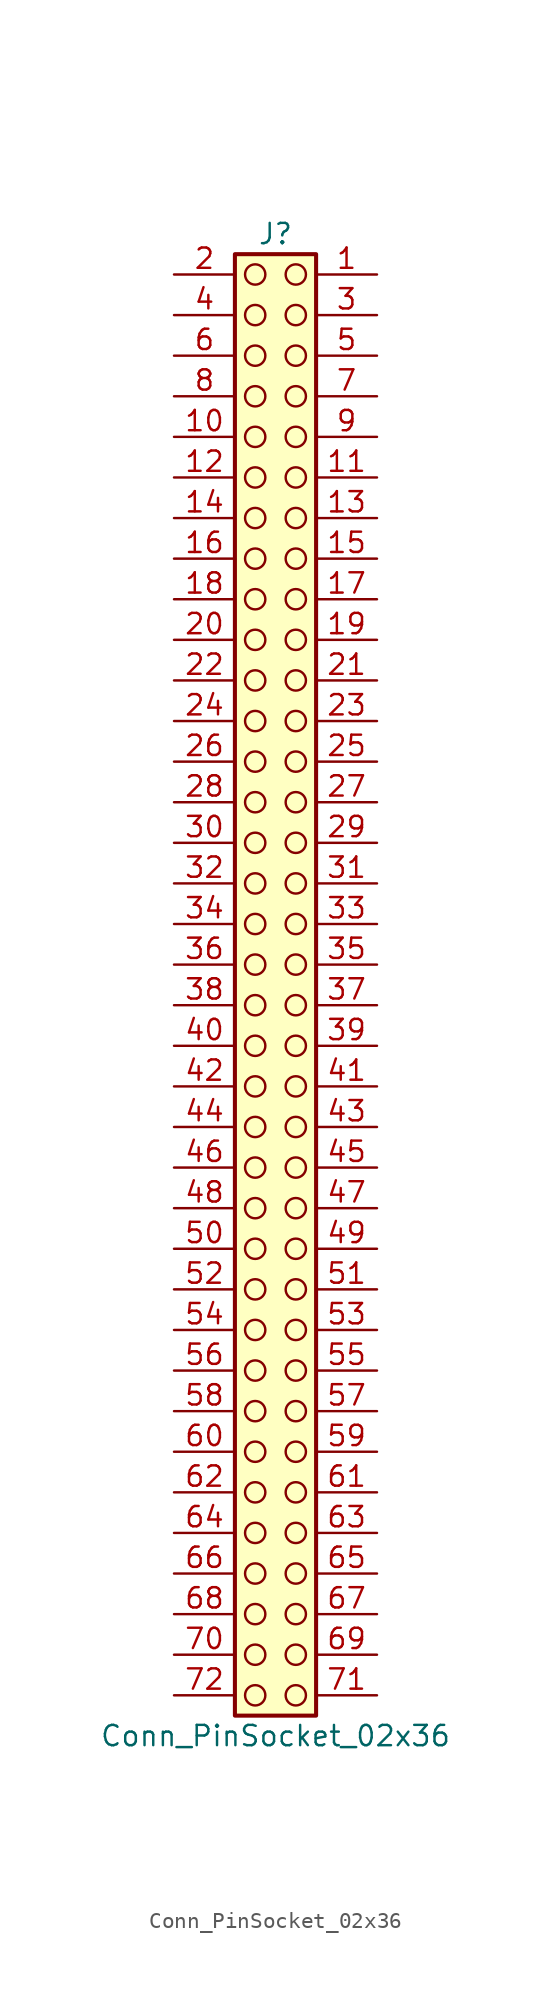
<source format=kicad_sym>
(kicad_symbol_lib
  (version 20241209)
  (generator "kicad_symbol_editor")
  (generator_version "9.0")
  (symbol "Conn_PinSocket_02x36"
    (pin_names
      (offset 1.016)
      (hide yes))
    (property "Reference" "J"
      (at 1.27 45.72 0)
      (effects (font (size 1.27 1.27))))
    (property "Value" "Conn_PinSocket_02x36"
      (at 1.27 -48.26 0)
      (effects (font (size 1.27 1.27))))
    (symbol "Conn_PinSocket_02x36_1_1"
      (rectangle (start -1.27 44.45) (end 3.81 -46.99) (stroke (width 0.254) (type default)) (fill (type background)))
      (circle (center 0 43.18) (radius 0.635) (stroke (width 0) (type solid) (color 132 0 0 1)) (fill (type none)))
      (circle (center 0 40.64) (radius 0.635) (stroke (width 0) (type solid) (color 132 0 0 1)) (fill (type none)))
      (circle (center 0 38.1) (radius 0.635) (stroke (width 0) (type solid) (color 132 0 0 1)) (fill (type none)))
      (circle (center 0 35.56) (radius 0.635) (stroke (width 0) (type solid) (color 132 0 0 1)) (fill (type none)))
      (circle (center 0 33.02) (radius 0.635) (stroke (width 0) (type solid) (color 132 0 0 1)) (fill (type none)))
      (circle (center 0 30.48) (radius 0.635) (stroke (width 0) (type solid) (color 132 0 0 1)) (fill (type none)))
      (circle (center 0 27.94) (radius 0.635) (stroke (width 0) (type solid) (color 132 0 0 1)) (fill (type none)))
      (circle (center 0 25.4) (radius 0.635) (stroke (width 0) (type solid) (color 132 0 0 1)) (fill (type none)))
      (circle (center 0 22.86) (radius 0.635) (stroke (width 0) (type solid) (color 132 0 0 1)) (fill (type none)))
      (circle (center 0 20.32) (radius 0.635) (stroke (width 0) (type solid) (color 132 0 0 1)) (fill (type none)))
      (circle (center 0 17.78) (radius 0.635) (stroke (width 0) (type solid) (color 132 0 0 1)) (fill (type none)))
      (circle (center 0 15.24) (radius 0.635) (stroke (width 0) (type solid) (color 132 0 0 1)) (fill (type none)))
      (circle (center 0 12.7) (radius 0.635) (stroke (width 0) (type solid) (color 132 0 0 1)) (fill (type none)))
      (circle (center 0 10.16) (radius 0.635) (stroke (width 0) (type solid) (color 132 0 0 1)) (fill (type none)))
      (circle (center 0 7.62) (radius 0.635) (stroke (width 0) (type solid) (color 132 0 0 1)) (fill (type none)))
      (circle (center 0 5.08) (radius 0.635) (stroke (width 0) (type solid) (color 132 0 0 1)) (fill (type none)))
      (circle (center 0 2.54) (radius 0.635) (stroke (width 0) (type solid) (color 132 0 0 1)) (fill (type none)))
      (circle (center 0 0) (radius 0.635) (stroke (width 0) (type solid) (color 132 0 0 1)) (fill (type none)))
      (circle (center 0 -2.54) (radius 0.635) (stroke (width 0) (type solid) (color 132 0 0 1)) (fill (type none)))
      (circle (center 0 -5.08) (radius 0.635) (stroke (width 0) (type solid) (color 132 0 0 1)) (fill (type none)))
      (circle (center 0 -7.62) (radius 0.635) (stroke (width 0) (type solid) (color 132 0 0 1)) (fill (type none)))
      (circle (center 0 -10.16) (radius 0.635) (stroke (width 0) (type solid) (color 132 0 0 1)) (fill (type none)))
      (circle (center 0 -12.7) (radius 0.635) (stroke (width 0) (type solid) (color 132 0 0 1)) (fill (type none)))
      (circle (center 0 -15.24) (radius 0.635) (stroke (width 0) (type solid) (color 132 0 0 1)) (fill (type none)))
      (circle (center 0 -17.78) (radius 0.635) (stroke (width 0) (type solid) (color 132 0 0 1)) (fill (type none)))
      (circle (center 0 -20.32) (radius 0.635) (stroke (width 0) (type solid) (color 132 0 0 1)) (fill (type none)))
      (circle (center 0 -22.86) (radius 0.635) (stroke (width 0) (type solid) (color 132 0 0 1)) (fill (type none)))
      (circle (center 0 -25.4) (radius 0.635) (stroke (width 0) (type solid) (color 132 0 0 1)) (fill (type none)))
      (circle (center 0 -27.94) (radius 0.635) (stroke (width 0) (type solid) (color 132 0 0 1)) (fill (type none)))
      (circle (center 0 -30.48) (radius 0.635) (stroke (width 0) (type solid) (color 132 0 0 1)) (fill (type none)))
      (circle (center 0 -33.02) (radius 0.635) (stroke (width 0) (type solid) (color 132 0 0 1)) (fill (type none)))
      (circle (center 0 -35.56) (radius 0.635) (stroke (width 0) (type solid) (color 132 0 0 1)) (fill (type none)))
      (circle (center 0 -38.1) (radius 0.635) (stroke (width 0) (type solid) (color 132 0 0 1)) (fill (type none)))
      (circle (center 0 -40.64) (radius 0.635) (stroke (width 0) (type solid) (color 132 0 0 1)) (fill (type none)))
      (circle (center 0 -43.18) (radius 0.635) (stroke (width 0) (type solid) (color 132 0 0 1)) (fill (type none)))
      (circle (center 0 -45.72) (radius 0.635) (stroke (width 0) (type solid) (color 132 0 0 1)) (fill (type none)))
      (circle (center 2.54 43.18) (radius 0.635) (stroke (width 0) (type solid) (color 132 0 0 1)) (fill (type none)))
      (circle (center 2.54 40.64) (radius 0.635) (stroke (width 0) (type solid) (color 132 0 0 1)) (fill (type none)))
      (circle (center 2.54 38.1) (radius 0.635) (stroke (width 0) (type solid) (color 132 0 0 1)) (fill (type none)))
      (circle (center 2.54 35.56) (radius 0.635) (stroke (width 0) (type solid) (color 132 0 0 1)) (fill (type none)))
      (circle (center 2.54 33.02) (radius 0.635) (stroke (width 0) (type solid) (color 132 0 0 1)) (fill (type none)))
      (circle (center 2.54 30.48) (radius 0.635) (stroke (width 0) (type solid) (color 132 0 0 1)) (fill (type none)))
      (circle (center 2.54 27.94) (radius 0.635) (stroke (width 0) (type solid) (color 132 0 0 1)) (fill (type none)))
      (circle (center 2.54 25.4) (radius 0.635) (stroke (width 0) (type solid) (color 132 0 0 1)) (fill (type none)))
      (circle (center 2.54 22.86) (radius 0.635) (stroke (width 0) (type solid) (color 132 0 0 1)) (fill (type none)))
      (circle (center 2.54 20.32) (radius 0.635) (stroke (width 0) (type solid) (color 132 0 0 1)) (fill (type none)))
      (circle (center 2.54 17.78) (radius 0.635) (stroke (width 0) (type solid) (color 132 0 0 1)) (fill (type none)))
      (circle (center 2.54 15.24) (radius 0.635) (stroke (width 0) (type solid) (color 132 0 0 1)) (fill (type none)))
      (circle (center 2.54 12.7) (radius 0.635) (stroke (width 0) (type solid) (color 132 0 0 1)) (fill (type none)))
      (circle (center 2.54 10.16) (radius 0.635) (stroke (width 0) (type solid) (color 132 0 0 1)) (fill (type none)))
      (circle (center 2.54 7.62) (radius 0.635) (stroke (width 0) (type solid) (color 132 0 0 1)) (fill (type none)))
      (circle (center 2.54 5.08) (radius 0.635) (stroke (width 0) (type solid) (color 132 0 0 1)) (fill (type none)))
      (circle (center 2.54 2.54) (radius 0.635) (stroke (width 0) (type solid) (color 132 0 0 1)) (fill (type none)))
      (circle (center 2.54 0) (radius 0.635) (stroke (width 0) (type solid) (color 132 0 0 1)) (fill (type none)))
      (circle (center 2.54 -2.54) (radius 0.635) (stroke (width 0) (type solid) (color 132 0 0 1)) (fill (type none)))
      (circle (center 2.54 -5.08) (radius 0.635) (stroke (width 0) (type solid) (color 132 0 0 1)) (fill (type none)))
      (circle (center 2.54 -7.62) (radius 0.635) (stroke (width 0) (type solid) (color 132 0 0 1)) (fill (type none)))
      (circle (center 2.54 -10.16) (radius 0.635) (stroke (width 0) (type solid) (color 132 0 0 1)) (fill (type none)))
      (circle (center 2.54 -12.7) (radius 0.635) (stroke (width 0) (type solid) (color 132 0 0 1)) (fill (type none)))
      (circle (center 2.54 -15.24) (radius 0.635) (stroke (width 0) (type solid) (color 132 0 0 1)) (fill (type none)))
      (circle (center 2.54 -17.78) (radius 0.635) (stroke (width 0) (type solid) (color 132 0 0 1)) (fill (type none)))
      (circle (center 2.54 -20.32) (radius 0.635) (stroke (width 0) (type solid) (color 132 0 0 1)) (fill (type none)))
      (circle (center 2.54 -22.86) (radius 0.635) (stroke (width 0) (type solid) (color 132 0 0 1)) (fill (type none)))
      (circle (center 2.54 -25.4) (radius 0.635) (stroke (width 0) (type solid) (color 132 0 0 1)) (fill (type none)))
      (circle (center 2.54 -27.94) (radius 0.635) (stroke (width 0) (type solid) (color 132 0 0 1)) (fill (type none)))
      (circle (center 2.54 -30.48) (radius 0.635) (stroke (width 0) (type solid) (color 132 0 0 1)) (fill (type none)))
      (circle (center 2.54 -33.02) (radius 0.635) (stroke (width 0) (type solid) (color 132 0 0 1)) (fill (type none)))
      (circle (center 2.54 -35.56) (radius 0.635) (stroke (width 0) (type solid) (color 132 0 0 1)) (fill (type none)))
      (circle (center 2.54 -38.1) (radius 0.635) (stroke (width 0) (type solid) (color 132 0 0 1)) (fill (type none)))
      (circle (center 2.54 -40.64) (radius 0.635) (stroke (width 0) (type solid) (color 132 0 0 1)) (fill (type none)))
      (circle (center 2.54 -43.18) (radius 0.635) (stroke (width 0) (type solid) (color 132 0 0 1)) (fill (type none)))
      (circle (center 2.54 -45.72) (radius 0.635) (stroke (width 0) (type solid) (color 132 0 0 1)) (fill (type none)))
      (pin passive line (at -5.08 43.18 0) (length 3.81) (name "Pin_2" (effects (font (size 1.27 1.27)))) (number "2" (effects (font (size 1.27 1.27)))))
      (pin passive line (at -5.08 40.64 0) (length 3.81) (name "Pin_4" (effects (font (size 1.27 1.27)))) (number "4" (effects (font (size 1.27 1.27)))))
      (pin passive line (at -5.08 38.1 0) (length 3.81) (name "Pin_6" (effects (font (size 1.27 1.27)))) (number "6" (effects (font (size 1.27 1.27)))))
      (pin passive line (at -5.08 35.56 0) (length 3.81) (name "Pin_8" (effects (font (size 1.27 1.27)))) (number "8" (effects (font (size 1.27 1.27)))))
      (pin passive line (at -5.08 33.02 0) (length 3.81) (name "Pin_10" (effects (font (size 1.27 1.27)))) (number "10" (effects (font (size 1.27 1.27)))))
      (pin passive line (at -5.08 30.48 0) (length 3.81) (name "Pin_12" (effects (font (size 1.27 1.27)))) (number "12" (effects (font (size 1.27 1.27)))))
      (pin passive line (at -5.08 27.94 0) (length 3.81) (name "Pin_14" (effects (font (size 1.27 1.27)))) (number "14" (effects (font (size 1.27 1.27)))))
      (pin passive line (at -5.08 25.4 0) (length 3.81) (name "Pin_16" (effects (font (size 1.27 1.27)))) (number "16" (effects (font (size 1.27 1.27)))))
      (pin passive line (at -5.08 22.86 0) (length 3.81) (name "Pin_18" (effects (font (size 1.27 1.27)))) (number "18" (effects (font (size 1.27 1.27)))))
      (pin passive line (at -5.08 20.32 0) (length 3.81) (name "Pin_20" (effects (font (size 1.27 1.27)))) (number "20" (effects (font (size 1.27 1.27)))))
      (pin passive line (at -5.08 17.78 0) (length 3.81) (name "Pin_22" (effects (font (size 1.27 1.27)))) (number "22" (effects (font (size 1.27 1.27)))))
      (pin passive line (at -5.08 15.24 0) (length 3.81) (name "Pin_24" (effects (font (size 1.27 1.27)))) (number "24" (effects (font (size 1.27 1.27)))))
      (pin passive line (at -5.08 12.7 0) (length 3.81) (name "Pin_26" (effects (font (size 1.27 1.27)))) (number "26" (effects (font (size 1.27 1.27)))))
      (pin passive line (at -5.08 10.16 0) (length 3.81) (name "Pin_28" (effects (font (size 1.27 1.27)))) (number "28" (effects (font (size 1.27 1.27)))))
      (pin passive line (at -5.08 7.62 0) (length 3.81) (name "Pin_30" (effects (font (size 1.27 1.27)))) (number "30" (effects (font (size 1.27 1.27)))))
      (pin passive line (at -5.08 5.08 0) (length 3.81) (name "Pin_32" (effects (font (size 1.27 1.27)))) (number "32" (effects (font (size 1.27 1.27)))))
      (pin passive line (at -5.08 2.54 0) (length 3.81) (name "Pin_34" (effects (font (size 1.27 1.27)))) (number "34" (effects (font (size 1.27 1.27)))))
      (pin passive line (at -5.08 0 0) (length 3.81) (name "Pin_36" (effects (font (size 1.27 1.27)))) (number "36" (effects (font (size 1.27 1.27)))))
      (pin passive line (at -5.08 -2.54 0) (length 3.81) (name "Pin_38" (effects (font (size 1.27 1.27)))) (number "38" (effects (font (size 1.27 1.27)))))
      (pin passive line (at -5.08 -5.08 0) (length 3.81) (name "Pin_40" (effects (font (size 1.27 1.27)))) (number "40" (effects (font (size 1.27 1.27)))))
      (pin passive line (at -5.08 -7.62 0) (length 3.81) (name "Pin_42" (effects (font (size 1.27 1.27)))) (number "42" (effects (font (size 1.27 1.27)))))
      (pin passive line (at -5.08 -10.16 0) (length 3.81) (name "Pin_44" (effects (font (size 1.27 1.27)))) (number "44" (effects (font (size 1.27 1.27)))))
      (pin passive line (at -5.08 -12.7 0) (length 3.81) (name "Pin_46" (effects (font (size 1.27 1.27)))) (number "46" (effects (font (size 1.27 1.27)))))
      (pin passive line (at -5.08 -15.24 0) (length 3.81) (name "Pin_48" (effects (font (size 1.27 1.27)))) (number "48" (effects (font (size 1.27 1.27)))))
      (pin passive line (at -5.08 -17.78 0) (length 3.81) (name "Pin_50" (effects (font (size 1.27 1.27)))) (number "50" (effects (font (size 1.27 1.27)))))
      (pin passive line (at -5.08 -20.32 0) (length 3.81) (name "Pin_52" (effects (font (size 1.27 1.27)))) (number "52" (effects (font (size 1.27 1.27)))))
      (pin passive line (at -5.08 -22.86 0) (length 3.81) (name "Pin_54" (effects (font (size 1.27 1.27)))) (number "54" (effects (font (size 1.27 1.27)))))
      (pin passive line (at -5.08 -25.4 0) (length 3.81) (name "Pin_56" (effects (font (size 1.27 1.27)))) (number "56" (effects (font (size 1.27 1.27)))))
      (pin passive line (at -5.08 -27.94 0) (length 3.81) (name "Pin_58" (effects (font (size 1.27 1.27)))) (number "58" (effects (font (size 1.27 1.27)))))
      (pin passive line (at -5.08 -30.48 0) (length 3.81) (name "Pin_60" (effects (font (size 1.27 1.27)))) (number "60" (effects (font (size 1.27 1.27)))))
      (pin passive line (at -5.08 -33.02 0) (length 3.81) (name "Pin_62" (effects (font (size 1.27 1.27)))) (number "62" (effects (font (size 1.27 1.27)))))
      (pin passive line (at -5.08 -35.56 0) (length 3.81) (name "Pin_64" (effects (font (size 1.27 1.27)))) (number "64" (effects (font (size 1.27 1.27)))))
      (pin passive line (at -5.08 -38.1 0) (length 3.81) (name "Pin_66" (effects (font (size 1.27 1.27)))) (number "66" (effects (font (size 1.27 1.27)))))
      (pin passive line (at -5.08 -40.64 0) (length 3.81) (name "Pin_68" (effects (font (size 1.27 1.27)))) (number "68" (effects (font (size 1.27 1.27)))))
      (pin passive line (at -5.08 -43.18 0) (length 3.81) (name "Pin_70" (effects (font (size 1.27 1.27)))) (number "70" (effects (font (size 1.27 1.27)))))
      (pin passive line (at -5.08 -45.72 0) (length 3.81) (name "Pin_72" (effects (font (size 1.27 1.27)))) (number "72" (effects (font (size 1.27 1.27)))))
      (pin passive line (at 7.62 43.18 180) (length 3.81) (name "Pin_1" (effects (font (size 1.27 1.27)))) (number "1" (effects (font (size 1.27 1.27)))))
      (pin passive line (at 7.62 40.64 180) (length 3.81) (name "Pin_3" (effects (font (size 1.27 1.27)))) (number "3" (effects (font (size 1.27 1.27)))))
      (pin passive line (at 7.62 38.1 180) (length 3.81) (name "Pin_5" (effects (font (size 1.27 1.27)))) (number "5" (effects (font (size 1.27 1.27)))))
      (pin passive line (at 7.62 35.56 180) (length 3.81) (name "Pin_7" (effects (font (size 1.27 1.27)))) (number "7" (effects (font (size 1.27 1.27)))))
      (pin passive line (at 7.62 33.02 180) (length 3.81) (name "Pin_9" (effects (font (size 1.27 1.27)))) (number "9" (effects (font (size 1.27 1.27)))))
      (pin passive line (at 7.62 30.48 180) (length 3.81) (name "Pin_11" (effects (font (size 1.27 1.27)))) (number "11" (effects (font (size 1.27 1.27)))))
      (pin passive line (at 7.62 27.94 180) (length 3.81) (name "Pin_13" (effects (font (size 1.27 1.27)))) (number "13" (effects (font (size 1.27 1.27)))))
      (pin passive line (at 7.62 25.4 180) (length 3.81) (name "Pin_15" (effects (font (size 1.27 1.27)))) (number "15" (effects (font (size 1.27 1.27)))))
      (pin passive line (at 7.62 22.86 180) (length 3.81) (name "Pin_17" (effects (font (size 1.27 1.27)))) (number "17" (effects (font (size 1.27 1.27)))))
      (pin passive line (at 7.62 20.32 180) (length 3.81) (name "Pin_19" (effects (font (size 1.27 1.27)))) (number "19" (effects (font (size 1.27 1.27)))))
      (pin passive line (at 7.62 17.78 180) (length 3.81) (name "Pin_21" (effects (font (size 1.27 1.27)))) (number "21" (effects (font (size 1.27 1.27)))))
      (pin passive line (at 7.62 15.24 180) (length 3.81) (name "Pin_23" (effects (font (size 1.27 1.27)))) (number "23" (effects (font (size 1.27 1.27)))))
      (pin passive line (at 7.62 12.7 180) (length 3.81) (name "Pin_25" (effects (font (size 1.27 1.27)))) (number "25" (effects (font (size 1.27 1.27)))))
      (pin passive line (at 7.62 10.16 180) (length 3.81) (name "Pin_27" (effects (font (size 1.27 1.27)))) (number "27" (effects (font (size 1.27 1.27)))))
      (pin passive line (at 7.62 7.62 180) (length 3.81) (name "Pin_29" (effects (font (size 1.27 1.27)))) (number "29" (effects (font (size 1.27 1.27)))))
      (pin passive line (at 7.62 5.08 180) (length 3.81) (name "Pin_31" (effects (font (size 1.27 1.27)))) (number "31" (effects (font (size 1.27 1.27)))))
      (pin passive line (at 7.62 2.54 180) (length 3.81) (name "Pin_33" (effects (font (size 1.27 1.27)))) (number "33" (effects (font (size 1.27 1.27)))))
      (pin passive line (at 7.62 0 180) (length 3.81) (name "Pin_35" (effects (font (size 1.27 1.27)))) (number "35" (effects (font (size 1.27 1.27)))))
      (pin passive line (at 7.62 -2.54 180) (length 3.81) (name "Pin_37" (effects (font (size 1.27 1.27)))) (number "37" (effects (font (size 1.27 1.27)))))
      (pin passive line (at 7.62 -5.08 180) (length 3.81) (name "Pin_39" (effects (font (size 1.27 1.27)))) (number "39" (effects (font (size 1.27 1.27)))))
      (pin passive line (at 7.62 -7.62 180) (length 3.81) (name "Pin_41" (effects (font (size 1.27 1.27)))) (number "41" (effects (font (size 1.27 1.27)))))
      (pin passive line (at 7.62 -10.16 180) (length 3.81) (name "Pin_43" (effects (font (size 1.27 1.27)))) (number "43" (effects (font (size 1.27 1.27)))))
      (pin passive line (at 7.62 -12.7 180) (length 3.81) (name "Pin_45" (effects (font (size 1.27 1.27)))) (number "45" (effects (font (size 1.27 1.27)))))
      (pin passive line (at 7.62 -15.24 180) (length 3.81) (name "Pin_47" (effects (font (size 1.27 1.27)))) (number "47" (effects (font (size 1.27 1.27)))))
      (pin passive line (at 7.62 -17.78 180) (length 3.81) (name "Pin_49" (effects (font (size 1.27 1.27)))) (number "49" (effects (font (size 1.27 1.27)))))
      (pin passive line (at 7.62 -20.32 180) (length 3.81) (name "Pin_51" (effects (font (size 1.27 1.27)))) (number "51" (effects (font (size 1.27 1.27)))))
      (pin passive line (at 7.62 -22.86 180) (length 3.81) (name "Pin_53" (effects (font (size 1.27 1.27)))) (number "53" (effects (font (size 1.27 1.27)))))
      (pin passive line (at 7.62 -25.4 180) (length 3.81) (name "Pin_55" (effects (font (size 1.27 1.27)))) (number "55" (effects (font (size 1.27 1.27)))))
      (pin passive line (at 7.62 -27.94 180) (length 3.81) (name "Pin_57" (effects (font (size 1.27 1.27)))) (number "57" (effects (font (size 1.27 1.27)))))
      (pin passive line (at 7.62 -30.48 180) (length 3.81) (name "Pin_59" (effects (font (size 1.27 1.27)))) (number "59" (effects (font (size 1.27 1.27)))))
      (pin passive line (at 7.62 -33.02 180) (length 3.81) (name "Pin_61" (effects (font (size 1.27 1.27)))) (number "61" (effects (font (size 1.27 1.27)))))
      (pin passive line (at 7.62 -35.56 180) (length 3.81) (name "Pin_63" (effects (font (size 1.27 1.27)))) (number "63" (effects (font (size 1.27 1.27)))))
      (pin passive line (at 7.62 -38.1 180) (length 3.81) (name "Pin_65" (effects (font (size 1.27 1.27)))) (number "65" (effects (font (size 1.27 1.27)))))
      (pin passive line (at 7.62 -40.64 180) (length 3.81) (name "Pin_67" (effects (font (size 1.27 1.27)))) (number "67" (effects (font (size 1.27 1.27)))))
      (pin passive line (at 7.62 -43.18 180) (length 3.81) (name "Pin_69" (effects (font (size 1.27 1.27)))) (number "69" (effects (font (size 1.27 1.27)))))
      (pin passive line (at 7.62 -45.72 180) (length 3.81) (name "Pin_71" (effects (font (size 1.27 1.27)))) (number "71" (effects (font (size 1.27 1.27))))))))
</source>
